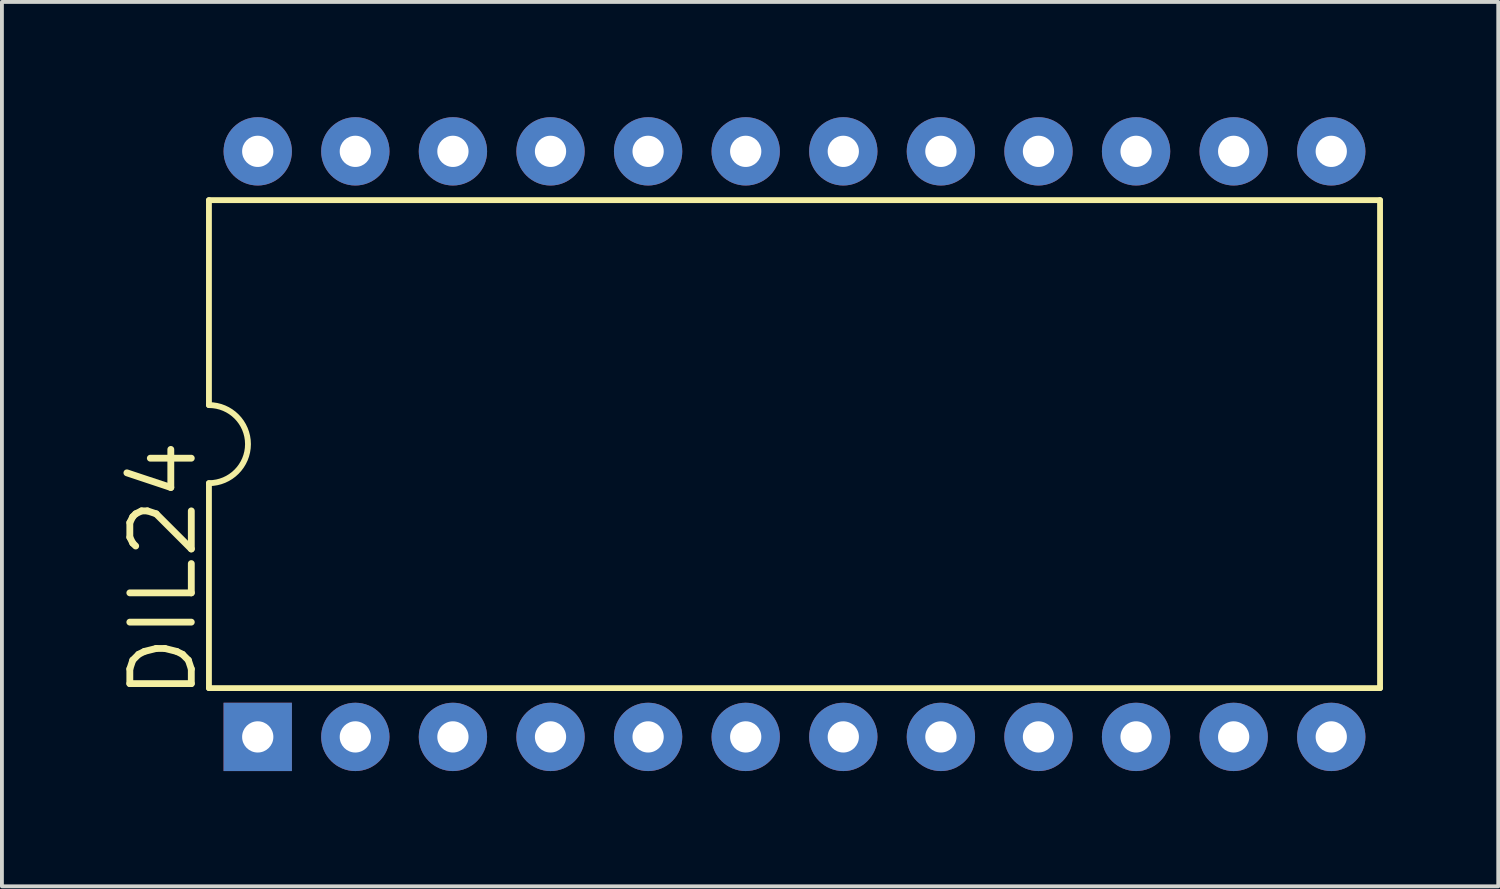
<source format=kicad_pcb>
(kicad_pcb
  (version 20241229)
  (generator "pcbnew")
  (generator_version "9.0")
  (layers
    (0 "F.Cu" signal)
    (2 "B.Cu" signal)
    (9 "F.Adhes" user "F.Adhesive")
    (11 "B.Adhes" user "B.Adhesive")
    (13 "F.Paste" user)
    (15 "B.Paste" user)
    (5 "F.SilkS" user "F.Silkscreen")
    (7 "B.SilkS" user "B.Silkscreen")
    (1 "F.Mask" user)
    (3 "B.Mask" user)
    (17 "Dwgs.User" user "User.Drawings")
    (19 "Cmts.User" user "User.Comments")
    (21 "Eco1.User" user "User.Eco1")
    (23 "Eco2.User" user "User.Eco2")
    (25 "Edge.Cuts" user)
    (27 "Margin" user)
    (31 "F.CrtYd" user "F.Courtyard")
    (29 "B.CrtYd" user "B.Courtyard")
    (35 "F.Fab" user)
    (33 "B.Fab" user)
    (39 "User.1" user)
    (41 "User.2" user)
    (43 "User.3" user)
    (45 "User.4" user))
  (footprint "DIL24"
    (layer "F.Cu")
    (at 17.628 8.509)
    (property "Reference" "DIL24" (at -15.494 6.731 90) (layer "F.SilkS") (effects (font (size 1.6 1.6) (thickness 0.178)) (justify left bottom)))
    (fp_line (start -15.24 -6.35) (end -15.24 -1.016) (stroke (width 0.152) (type solid)) (layer "F.SilkS"))
    (fp_line (start -15.24 6.35) (end -15.24 1.016) (stroke (width 0.152) (type solid)) (layer "F.SilkS"))
    (fp_line (start -15.24 6.35) (end 15.24 6.35) (stroke (width 0.152) (type solid)) (layer "F.SilkS"))
    (fp_line (start 15.24 -6.35) (end -15.24 -6.35) (stroke (width 0.152) (type solid)) (layer "F.SilkS"))
    (fp_line (start 15.24 -6.35) (end 15.24 6.35) (stroke (width 0.152) (type solid)) (layer "F.SilkS"))
    (fp_arc (start -15.24 -1.016) (mid -14.224 0) (end -15.24 1.016) (stroke (width 0.1524) (type solid)) (layer "F.SilkS"))
    (pad "1" thru_hole rect (at -13.97 7.62 90) (size 1.778 1.778) (drill 0.813) (layers "*.Cu" "*.Mask"))
    (pad "2" thru_hole circle (at -11.43 7.62 90) (size 1.778 1.778) (drill 0.813) (layers "*.Cu" "*.Mask"))
    (pad "3" thru_hole circle (at -8.89 7.62 90) (size 1.778 1.778) (drill 0.813) (layers "*.Cu" "*.Mask"))
    (pad "4" thru_hole circle (at -6.35 7.62 90) (size 1.778 1.778) (drill 0.813) (layers "*.Cu" "*.Mask"))
    (pad "5" thru_hole circle (at -3.81 7.62 90) (size 1.778 1.778) (drill 0.813) (layers "*.Cu" "*.Mask"))
    (pad "6" thru_hole circle (at -1.27 7.62 90) (size 1.778 1.778) (drill 0.813) (layers "*.Cu" "*.Mask"))
    (pad "7" thru_hole circle (at 1.27 7.62 90) (size 1.778 1.778) (drill 0.813) (layers "*.Cu" "*.Mask"))
    (pad "8" thru_hole circle (at 3.81 7.62 90) (size 1.778 1.778) (drill 0.813) (layers "*.Cu" "*.Mask"))
    (pad "9" thru_hole circle (at 6.35 7.62 90) (size 1.778 1.778) (drill 0.813) (layers "*.Cu" "*.Mask"))
    (pad "10" thru_hole circle (at 8.89 7.62 90) (size 1.778 1.778) (drill 0.813) (layers "*.Cu" "*.Mask"))
    (pad "11" thru_hole circle (at 11.43 7.62 90) (size 1.778 1.778) (drill 0.813) (layers "*.Cu" "*.Mask"))
    (pad "12" thru_hole circle (at 13.97 7.62 90) (size 1.778 1.778) (drill 0.813) (layers "*.Cu" "*.Mask"))
    (pad "13" thru_hole circle (at 13.97 -7.62 90) (size 1.778 1.778) (drill 0.813) (layers "*.Cu" "*.Mask"))
    (pad "14" thru_hole circle (at 11.43 -7.62 90) (size 1.778 1.778) (drill 0.813) (layers "*.Cu" "*.Mask"))
    (pad "15" thru_hole circle (at 8.89 -7.62 90) (size 1.778 1.778) (drill 0.813) (layers "*.Cu" "*.Mask"))
    (pad "16" thru_hole circle (at 6.35 -7.62 90) (size 1.778 1.778) (drill 0.813) (layers "*.Cu" "*.Mask"))
    (pad "17" thru_hole circle (at 3.81 -7.62 90) (size 1.778 1.778) (drill 0.813) (layers "*.Cu" "*.Mask"))
    (pad "18" thru_hole circle (at 1.27 -7.62 90) (size 1.778 1.778) (drill 0.813) (layers "*.Cu" "*.Mask"))
    (pad "19" thru_hole circle (at -1.27 -7.62 90) (size 1.778 1.778) (drill 0.813) (layers "*.Cu" "*.Mask"))
    (pad "20" thru_hole circle (at -3.81 -7.62 90) (size 1.778 1.778) (drill 0.813) (layers "*.Cu" "*.Mask"))
    (pad "21" thru_hole circle (at -6.35 -7.62 90) (size 1.778 1.778) (drill 0.813) (layers "*.Cu" "*.Mask"))
    (pad "22" thru_hole circle (at -8.89 -7.62 90) (size 1.778 1.778) (drill 0.813) (layers "*.Cu" "*.Mask"))
    (pad "23" thru_hole circle (at -11.43 -7.62 90) (size 1.778 1.778) (drill 0.813) (layers "*.Cu" "*.Mask"))
    (pad "24" thru_hole circle (at -13.97 -7.62 90) (size 1.778 1.778) (drill 0.813) (layers "*.Cu" "*.Mask")))
  (gr_rect
    (start -3 -3)
    (end 35.944 20.018)
    (stroke (width 0.1) (type default))
    (fill no)
    (layer "Edge.Cuts")))
</source>
